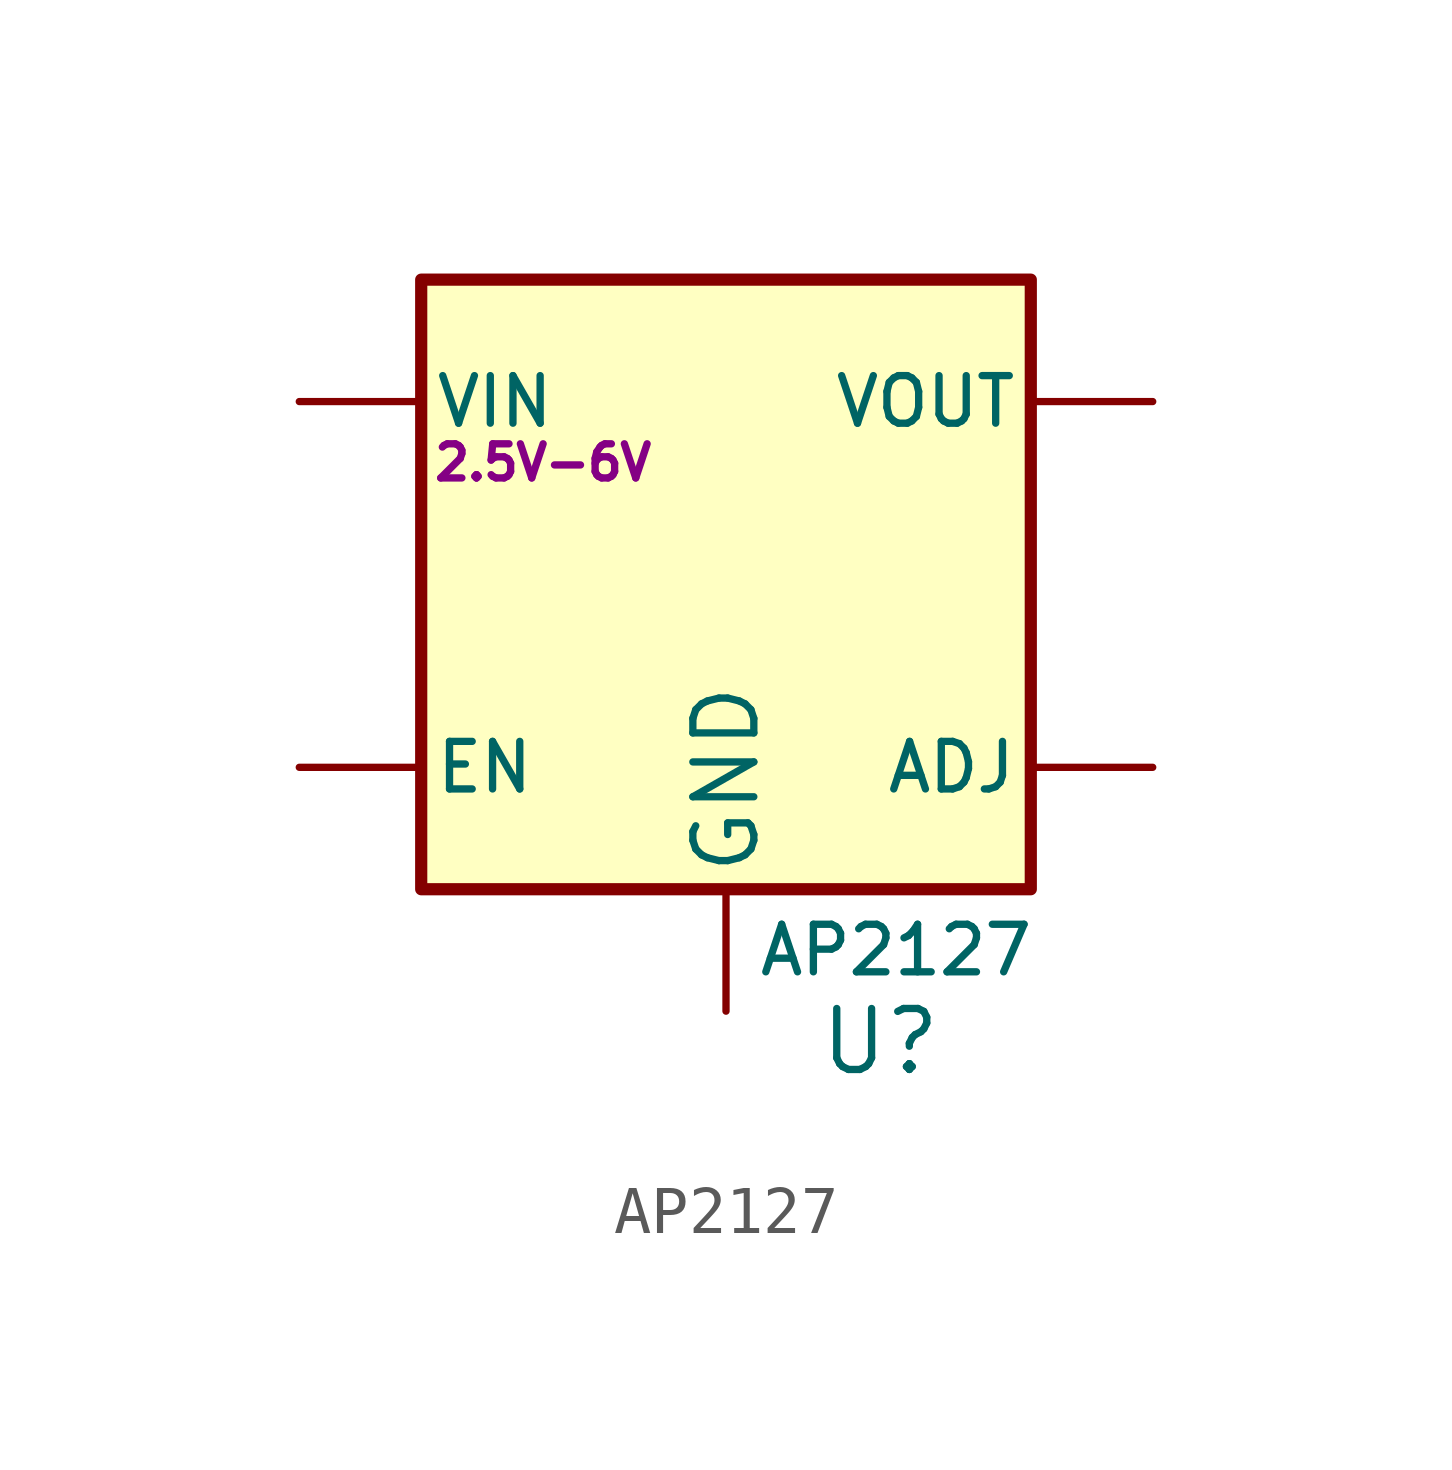
<source format=kicad_sym>
(kicad_symbol_lib
  (version 20211014)
  (generator kicad_symbol_editor)
  (symbol "AP2127"
    (pin_numbers hide)
    (pin_names
      (offset 0.254))
    (property "Reference" "U"
      (at 1.905 -13.335 0)
      (effects (font (size 1.27 1.27)) (justify left)))
    (property "Value" "AP2127"
      (at 0.635 -11.43 0)
      (effects (font (size 0.991 0.991)) (justify left)))
    (property "Operating voltage" "2.5V-6V"
      (at -3.81 -1.27 0)
      (effects (font (size 0.711 0.711))))
    (symbol "AP2127_0_1"
      (rectangle (start -6.35 2.54) (end 6.35 -10.16) (stroke (width 0.254) (type default) (color 0 0 0 0)) (fill (type background))))
    (symbol "AP2127_1_1"
      (pin power_in line (at -8.89 0 0) (length 2.54) (name "VIN" (effects (font (size 0.991 0.991)))) (number "1" (effects (font (size 1.27 1.27)))))
      (pin power_in line (at 0 -12.7 90) (length 2.54) (name "GND" (effects (font (size 1.27 1.27)))) (number "2" (effects (font (size 1.27 1.27)))))
      (pin input line (at -8.89 -7.62 0) (length 2.54) (name "EN" (effects (font (size 0.991 0.991)))) (number "3" (effects (font (size 1.27 1.27)))))
      (pin input line (at 8.89 -7.62 180) (length 2.54) (name "ADJ" (effects (font (size 0.991 0.991)))) (number "4" (effects (font (size 1.27 1.27)))))
      (pin power_out line (at 8.89 0 180) (length 2.54) (name "VOUT" (effects (font (size 0.991 0.991)))) (number "5" (effects (font (size 1.27 1.27))))))))
</source>
